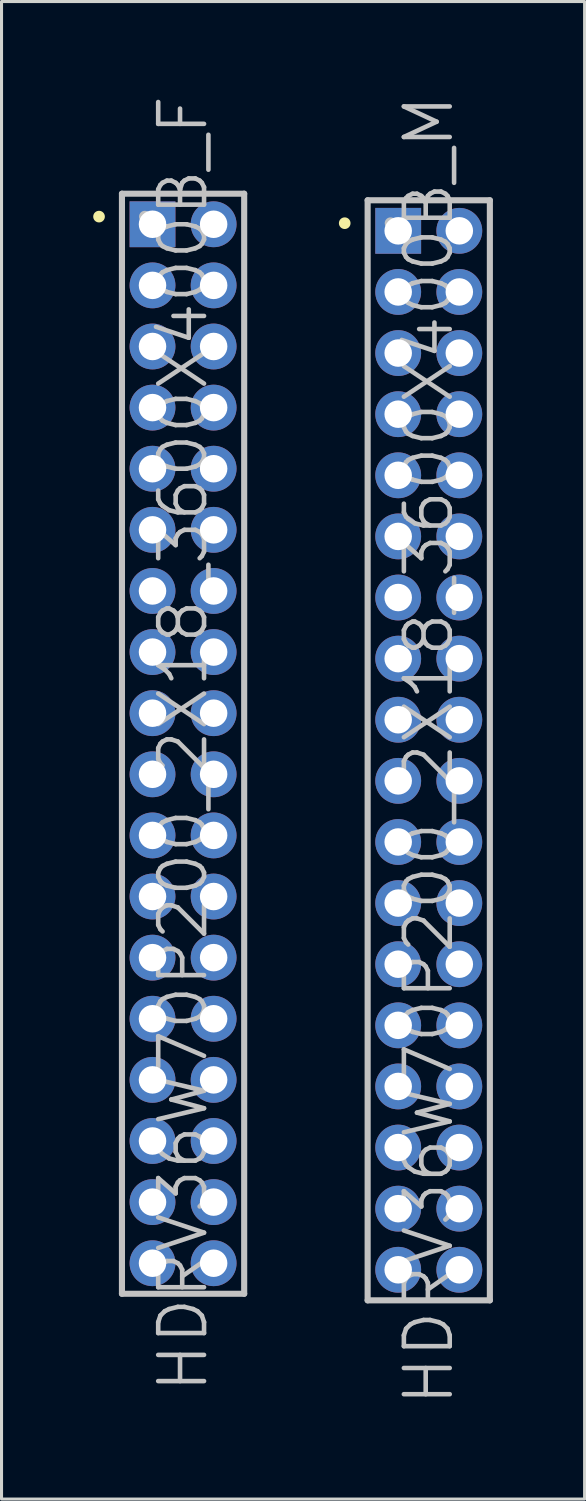
<source format=kicad_pcb>
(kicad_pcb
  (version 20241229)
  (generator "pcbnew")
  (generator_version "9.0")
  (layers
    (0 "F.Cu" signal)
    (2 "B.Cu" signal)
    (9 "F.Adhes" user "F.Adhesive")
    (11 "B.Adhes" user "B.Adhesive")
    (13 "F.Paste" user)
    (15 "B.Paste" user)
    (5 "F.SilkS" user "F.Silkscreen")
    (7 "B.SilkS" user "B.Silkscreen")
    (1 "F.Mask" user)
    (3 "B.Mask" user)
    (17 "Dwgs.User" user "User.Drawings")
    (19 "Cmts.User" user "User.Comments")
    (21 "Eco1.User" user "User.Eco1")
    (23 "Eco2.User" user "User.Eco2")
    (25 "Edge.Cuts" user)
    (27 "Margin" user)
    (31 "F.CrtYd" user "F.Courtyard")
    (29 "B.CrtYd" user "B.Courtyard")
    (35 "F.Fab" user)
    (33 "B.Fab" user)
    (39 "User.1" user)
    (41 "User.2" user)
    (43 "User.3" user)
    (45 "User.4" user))
  (footprint "HDRV36W70P200_2X18_3600X400B_F"
    (layer "F.Cu")
    (at 2.941 21.289)
    (property "Reference" "HDRV36W70P200_2X18_3600X400B_F" (at 0 0 90) (layer "Dwgs.User") (effects (font (size 1.5 1.5) (thickness 0.15))))
    (attr through_hole)
    (fp_line (start -2.75 -17.25) (end -2.75 -17.25) (stroke (width 0.381) (type solid)) (layer "F.SilkS"))
    (fp_line (start -2 -18) (end -2 18) (stroke (width 0.2) (type solid)) (layer "Dwgs.User"))
    (fp_line (start -2 -18) (end 2 -18) (stroke (width 0.2) (type solid)) (layer "Dwgs.User"))
    (fp_line (start -2 18) (end 2 18) (stroke (width 0.2) (type solid)) (layer "Dwgs.User"))
    (fp_line (start -1.25 -17.25) (end -1.25 -17.25) (stroke (width 0.381) (type solid)) (layer "Dwgs.User"))
    (fp_line (start 2 -18) (end 2 18) (stroke (width 0.2) (type solid)) (layer "Dwgs.User"))
    (pad "1" thru_hole rect (at -1 -17) (size 1.5 1.5) (drill 0.9) (layers "*.Cu" "*.Mask"))
    (pad "2" thru_hole circle (at 1 -17 270) (size 1.5 1.5) (drill 0.9) (layers "*.Cu" "*.Mask"))
    (pad "3" thru_hole circle (at -1 -15 270) (size 1.5 1.5) (drill 0.9) (layers "*.Cu" "*.Mask"))
    (pad "4" thru_hole circle (at 1 -15 270) (size 1.5 1.5) (drill 0.9) (layers "*.Cu" "*.Mask"))
    (pad "5" thru_hole circle (at -1 -13 270) (size 1.5 1.5) (drill 0.9) (layers "*.Cu" "*.Mask"))
    (pad "6" thru_hole circle (at 1 -13 270) (size 1.5 1.5) (drill 0.9) (layers "*.Cu" "*.Mask"))
    (pad "7" thru_hole circle (at -1 -11 270) (size 1.5 1.5) (drill 0.9) (layers "*.Cu" "*.Mask"))
    (pad "8" thru_hole circle (at 1 -11 270) (size 1.5 1.5) (drill 0.9) (layers "*.Cu" "*.Mask"))
    (pad "9" thru_hole circle (at -1 -9 270) (size 1.5 1.5) (drill 0.9) (layers "*.Cu" "*.Mask"))
    (pad "10" thru_hole circle (at 1 -9 270) (size 1.5 1.5) (drill 0.9) (layers "*.Cu" "*.Mask"))
    (pad "11" thru_hole circle (at -1 -7 270) (size 1.5 1.5) (drill 0.9) (layers "*.Cu" "*.Mask"))
    (pad "12" thru_hole circle (at 1 -7 270) (size 1.5 1.5) (drill 0.9) (layers "*.Cu" "*.Mask"))
    (pad "13" thru_hole circle (at -1 -5 270) (size 1.5 1.5) (drill 0.9) (layers "*.Cu" "*.Mask"))
    (pad "14" thru_hole circle (at 1 -5 270) (size 1.5 1.5) (drill 0.9) (layers "*.Cu" "*.Mask"))
    (pad "15" thru_hole circle (at -1 -3 270) (size 1.5 1.5) (drill 0.9) (layers "*.Cu" "*.Mask"))
    (pad "16" thru_hole circle (at 1 -3 270) (size 1.5 1.5) (drill 0.9) (layers "*.Cu" "*.Mask"))
    (pad "17" thru_hole circle (at -1 -1 270) (size 1.5 1.5) (drill 0.9) (layers "*.Cu" "*.Mask"))
    (pad "18" thru_hole circle (at 1 -1 270) (size 1.5 1.5) (drill 0.9) (layers "*.Cu" "*.Mask"))
    (pad "19" thru_hole circle (at -1 1 270) (size 1.5 1.5) (drill 0.9) (layers "*.Cu" "*.Mask"))
    (pad "20" thru_hole circle (at 1 1 270) (size 1.5 1.5) (drill 0.9) (layers "*.Cu" "*.Mask"))
    (pad "21" thru_hole circle (at -1 3 270) (size 1.5 1.5) (drill 0.9) (layers "*.Cu" "*.Mask"))
    (pad "22" thru_hole circle (at 1 3 270) (size 1.5 1.5) (drill 0.9) (layers "*.Cu" "*.Mask"))
    (pad "23" thru_hole circle (at -1 5 270) (size 1.5 1.5) (drill 0.9) (layers "*.Cu" "*.Mask"))
    (pad "24" thru_hole circle (at 1 5 270) (size 1.5 1.5) (drill 0.9) (layers "*.Cu" "*.Mask"))
    (pad "25" thru_hole circle (at -1 7 270) (size 1.5 1.5) (drill 0.9) (layers "*.Cu" "*.Mask"))
    (pad "26" thru_hole circle (at 1 7 270) (size 1.5 1.5) (drill 0.9) (layers "*.Cu" "*.Mask"))
    (pad "27" thru_hole circle (at -1 9 270) (size 1.5 1.5) (drill 0.9) (layers "*.Cu" "*.Mask"))
    (pad "28" thru_hole circle (at 1 9 270) (size 1.5 1.5) (drill 0.9) (layers "*.Cu" "*.Mask"))
    (pad "29" thru_hole circle (at -1 11 270) (size 1.5 1.5) (drill 0.9) (layers "*.Cu" "*.Mask"))
    (pad "30" thru_hole circle (at 1 11 270) (size 1.5 1.5) (drill 0.9) (layers "*.Cu" "*.Mask"))
    (pad "31" thru_hole circle (at -1 13 270) (size 1.5 1.5) (drill 0.9) (layers "*.Cu" "*.Mask"))
    (pad "32" thru_hole circle (at 1 13 270) (size 1.5 1.5) (drill 0.9) (layers "*.Cu" "*.Mask"))
    (pad "33" thru_hole circle (at -1 15 270) (size 1.5 1.5) (drill 0.9) (layers "*.Cu" "*.Mask"))
    (pad "34" thru_hole circle (at 1 15 270) (size 1.5 1.5) (drill 0.9) (layers "*.Cu" "*.Mask"))
    (pad "35" thru_hole circle (at -1 17 270) (size 1.5 1.5) (drill 0.9) (layers "*.Cu" "*.Mask"))
    (pad "36" thru_hole circle (at 1 17 270) (size 1.5 1.5) (drill 0.9) (layers "*.Cu" "*.Mask")))
  (footprint "HDRV36W70P200_2X18_3600X400B_M"
    (layer "F.Cu")
    (at 10.981 21.504)
    (property "Reference" "HDRV36W70P200_2X18_3600X400B_M" (at 0 0 90) (layer "Dwgs.User") (effects (font (size 1.5 1.5) (thickness 0.15))))
    (attr through_hole)
    (fp_line (start -2.75 -17.25) (end -2.75 -17.25) (stroke (width 0.381) (type solid)) (layer "F.SilkS"))
    (fp_line (start -2 -18) (end -2 18) (stroke (width 0.2) (type solid)) (layer "Dwgs.User"))
    (fp_line (start -2 -18) (end 2 -18) (stroke (width 0.2) (type solid)) (layer "Dwgs.User"))
    (fp_line (start -2 18) (end 2 18) (stroke (width 0.2) (type solid)) (layer "Dwgs.User"))
    (fp_line (start -1.25 -17.25) (end -1.25 -17.25) (stroke (width 0.381) (type solid)) (layer "Dwgs.User"))
    (fp_line (start 2 -18) (end 2 18) (stroke (width 0.2) (type solid)) (layer "Dwgs.User"))
    (pad "1" thru_hole rect (at -1 -17) (size 1.5 1.5) (drill 0.9) (layers "*.Cu" "*.Mask"))
    (pad "2" thru_hole circle (at 1 -17 270) (size 1.5 1.5) (drill 0.9) (layers "*.Cu" "*.Mask"))
    (pad "3" thru_hole circle (at -1 -15 270) (size 1.5 1.5) (drill 0.9) (layers "*.Cu" "*.Mask"))
    (pad "4" thru_hole circle (at 1 -15 270) (size 1.5 1.5) (drill 0.9) (layers "*.Cu" "*.Mask"))
    (pad "5" thru_hole circle (at -1 -13 270) (size 1.5 1.5) (drill 0.9) (layers "*.Cu" "*.Mask"))
    (pad "6" thru_hole circle (at 1 -13 270) (size 1.5 1.5) (drill 0.9) (layers "*.Cu" "*.Mask"))
    (pad "7" thru_hole circle (at -1 -11 270) (size 1.5 1.5) (drill 0.9) (layers "*.Cu" "*.Mask"))
    (pad "8" thru_hole circle (at 1 -11 270) (size 1.5 1.5) (drill 0.9) (layers "*.Cu" "*.Mask"))
    (pad "9" thru_hole circle (at -1 -9 270) (size 1.5 1.5) (drill 0.9) (layers "*.Cu" "*.Mask"))
    (pad "10" thru_hole circle (at 1 -9 270) (size 1.5 1.5) (drill 0.9) (layers "*.Cu" "*.Mask"))
    (pad "11" thru_hole circle (at -1 -7 270) (size 1.5 1.5) (drill 0.9) (layers "*.Cu" "*.Mask"))
    (pad "12" thru_hole circle (at 1 -7 270) (size 1.5 1.5) (drill 0.9) (layers "*.Cu" "*.Mask"))
    (pad "13" thru_hole circle (at -1 -5 270) (size 1.5 1.5) (drill 0.9) (layers "*.Cu" "*.Mask"))
    (pad "14" thru_hole circle (at 1 -5 270) (size 1.5 1.5) (drill 0.9) (layers "*.Cu" "*.Mask"))
    (pad "15" thru_hole circle (at -1 -3 270) (size 1.5 1.5) (drill 0.9) (layers "*.Cu" "*.Mask"))
    (pad "16" thru_hole circle (at 1 -3 270) (size 1.5 1.5) (drill 0.9) (layers "*.Cu" "*.Mask"))
    (pad "17" thru_hole circle (at -1 -1 270) (size 1.5 1.5) (drill 0.9) (layers "*.Cu" "*.Mask"))
    (pad "18" thru_hole circle (at 1 -1 270) (size 1.5 1.5) (drill 0.9) (layers "*.Cu" "*.Mask"))
    (pad "19" thru_hole circle (at -1 1 270) (size 1.5 1.5) (drill 0.9) (layers "*.Cu" "*.Mask"))
    (pad "20" thru_hole circle (at 1 1 270) (size 1.5 1.5) (drill 0.9) (layers "*.Cu" "*.Mask"))
    (pad "21" thru_hole circle (at -1 3 270) (size 1.5 1.5) (drill 0.9) (layers "*.Cu" "*.Mask"))
    (pad "22" thru_hole circle (at 1 3 270) (size 1.5 1.5) (drill 0.9) (layers "*.Cu" "*.Mask"))
    (pad "23" thru_hole circle (at -1 5 270) (size 1.5 1.5) (drill 0.9) (layers "*.Cu" "*.Mask"))
    (pad "24" thru_hole circle (at 1 5 270) (size 1.5 1.5) (drill 0.9) (layers "*.Cu" "*.Mask"))
    (pad "25" thru_hole circle (at -1 7 270) (size 1.5 1.5) (drill 0.9) (layers "*.Cu" "*.Mask"))
    (pad "26" thru_hole circle (at 1 7 270) (size 1.5 1.5) (drill 0.9) (layers "*.Cu" "*.Mask"))
    (pad "27" thru_hole circle (at -1 9 270) (size 1.5 1.5) (drill 0.9) (layers "*.Cu" "*.Mask"))
    (pad "28" thru_hole circle (at 1 9 270) (size 1.5 1.5) (drill 0.9) (layers "*.Cu" "*.Mask"))
    (pad "29" thru_hole circle (at -1 11 270) (size 1.5 1.5) (drill 0.9) (layers "*.Cu" "*.Mask"))
    (pad "30" thru_hole circle (at 1 11 270) (size 1.5 1.5) (drill 0.9) (layers "*.Cu" "*.Mask"))
    (pad "31" thru_hole circle (at -1 13 270) (size 1.5 1.5) (drill 0.9) (layers "*.Cu" "*.Mask"))
    (pad "32" thru_hole circle (at 1 13 270) (size 1.5 1.5) (drill 0.9) (layers "*.Cu" "*.Mask"))
    (pad "33" thru_hole circle (at -1 15 270) (size 1.5 1.5) (drill 0.9) (layers "*.Cu" "*.Mask"))
    (pad "34" thru_hole circle (at 1 15 270) (size 1.5 1.5) (drill 0.9) (layers "*.Cu" "*.Mask"))
    (pad "35" thru_hole circle (at -1 17 270) (size 1.5 1.5) (drill 0.9) (layers "*.Cu" "*.Mask"))
    (pad "36" thru_hole circle (at 1 17 270) (size 1.5 1.5) (drill 0.9) (layers "*.Cu" "*.Mask")))
  (gr_rect
    (start -3 -3)
    (end 16.081 46.007)
    (stroke (width 0.1) (type default))
    (fill no)
    (layer "Edge.Cuts")))
</source>
